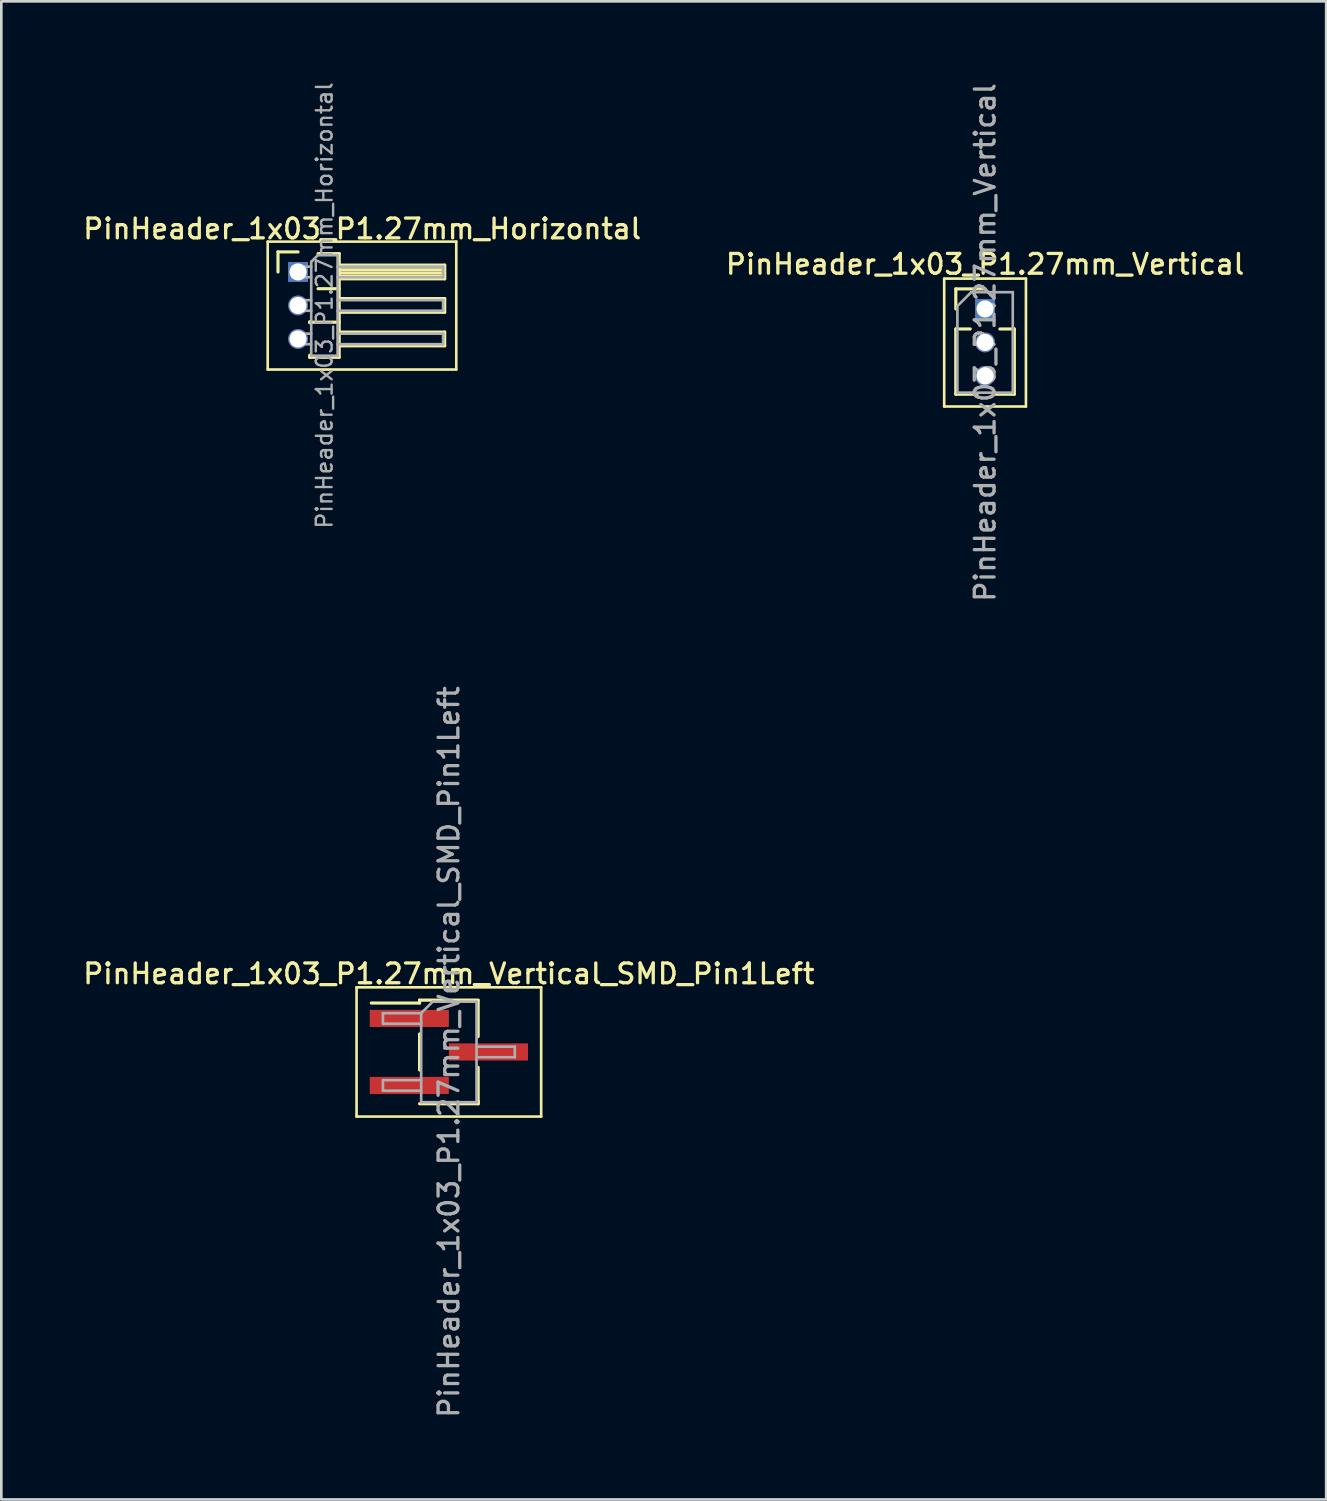
<source format=kicad_pcb>
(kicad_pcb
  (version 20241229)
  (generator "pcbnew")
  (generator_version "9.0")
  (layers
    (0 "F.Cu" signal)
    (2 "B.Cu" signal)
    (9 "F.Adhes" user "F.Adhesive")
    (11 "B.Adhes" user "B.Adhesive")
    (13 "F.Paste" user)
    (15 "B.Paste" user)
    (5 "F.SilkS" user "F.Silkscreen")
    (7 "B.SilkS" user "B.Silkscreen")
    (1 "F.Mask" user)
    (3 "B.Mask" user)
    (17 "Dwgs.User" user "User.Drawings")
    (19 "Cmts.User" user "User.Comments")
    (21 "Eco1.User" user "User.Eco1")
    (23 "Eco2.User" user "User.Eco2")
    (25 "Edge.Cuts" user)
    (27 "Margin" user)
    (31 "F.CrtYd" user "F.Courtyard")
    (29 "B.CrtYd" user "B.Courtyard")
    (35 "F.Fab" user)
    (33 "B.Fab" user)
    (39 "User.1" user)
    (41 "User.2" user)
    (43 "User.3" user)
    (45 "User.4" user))
  (footprint "PinHeader_1x03_P1.27mm_Horizontal"
    (layer "F.Cu")
    (at 8.251 7.262)
    (property "Reference" "PinHeader_1x03_P1.27mm_Horizontal" (at 2.433 -1.635 0) (layer "F.SilkS") (effects (font (size 0.75 0.75) (thickness 0.125))))
    (attr through_hole)
    (fp_line (start -1.15 -1.15) (end -1.15 3.7) (stroke (width 0.1) (type solid)) (layer "F.SilkS"))
    (fp_line (start -1.15 3.7) (end 6 3.7) (stroke (width 0.1) (type solid)) (layer "F.SilkS"))
    (fp_line (start -0.76 -0.76) (end 0 -0.76) (stroke (width 0.12) (type solid)) (layer "F.SilkS"))
    (fp_line (start -0.76 0) (end -0.76 -0.76) (stroke (width 0.12) (type solid)) (layer "F.SilkS"))
    (fp_line (start 0.44 1.89) (end 0.44 1.92) (stroke (width 0.12) (type solid)) (layer "F.SilkS"))
    (fp_line (start 0.44 1.905) (end 1.56 1.905) (stroke (width 0.12) (type solid)) (layer "F.SilkS"))
    (fp_line (start 0.44 3.235) (end 0.44 3.16) (stroke (width 0.12) (type solid)) (layer "F.SilkS"))
    (fp_line (start 0.76 -0.695) (end 1.56 -0.695) (stroke (width 0.12) (type solid)) (layer "F.SilkS"))
    (fp_line (start 0.76 0.635) (end 1.56 0.635) (stroke (width 0.12) (type solid)) (layer "F.SilkS"))
    (fp_line (start 1.56 -0.695) (end 1.56 3.235) (stroke (width 0.12) (type solid)) (layer "F.SilkS"))
    (fp_line (start 1.56 -0.26) (end 5.56 -0.26) (stroke (width 0.12) (type solid)) (layer "F.SilkS"))
    (fp_line (start 1.56 -0.2) (end 5.56 -0.2) (stroke (width 0.12) (type solid)) (layer "F.SilkS"))
    (fp_line (start 1.56 -0.08) (end 5.56 -0.08) (stroke (width 0.12) (type solid)) (layer "F.SilkS"))
    (fp_line (start 1.56 0.04) (end 5.56 0.04) (stroke (width 0.12) (type solid)) (layer "F.SilkS"))
    (fp_line (start 1.56 0.16) (end 5.56 0.16) (stroke (width 0.12) (type solid)) (layer "F.SilkS"))
    (fp_line (start 1.56 1.01) (end 5.56 1.01) (stroke (width 0.12) (type solid)) (layer "F.SilkS"))
    (fp_line (start 1.56 2.28) (end 5.56 2.28) (stroke (width 0.12) (type solid)) (layer "F.SilkS"))
    (fp_line (start 1.56 3.235) (end 0.44 3.235) (stroke (width 0.12) (type solid)) (layer "F.SilkS"))
    (fp_line (start 5.56 -0.26) (end 5.56 0.26) (stroke (width 0.12) (type solid)) (layer "F.SilkS"))
    (fp_line (start 5.56 0.26) (end 1.56 0.26) (stroke (width 0.12) (type solid)) (layer "F.SilkS"))
    (fp_line (start 5.56 1.01) (end 5.56 1.53) (stroke (width 0.12) (type solid)) (layer "F.SilkS"))
    (fp_line (start 5.56 1.53) (end 1.56 1.53) (stroke (width 0.12) (type solid)) (layer "F.SilkS"))
    (fp_line (start 5.56 2.28) (end 5.56 2.8) (stroke (width 0.12) (type solid)) (layer "F.SilkS"))
    (fp_line (start 5.56 2.8) (end 1.56 2.8) (stroke (width 0.12) (type solid)) (layer "F.SilkS"))
    (fp_line (start 6 -1.15) (end -1.15 -1.15) (stroke (width 0.1) (type solid)) (layer "F.SilkS"))
    (fp_line (start 6 3.7) (end 6 -1.15) (stroke (width 0.1) (type solid)) (layer "F.SilkS"))
    (fp_line (start -0.2 -0.2) (end -0.2 0.2) (stroke (width 0.1) (type solid)) (layer "F.Fab"))
    (fp_line (start -0.2 -0.2) (end 0.5 -0.2) (stroke (width 0.1) (type solid)) (layer "F.Fab"))
    (fp_line (start -0.2 0.2) (end 0.5 0.2) (stroke (width 0.1) (type solid)) (layer "F.Fab"))
    (fp_line (start -0.2 1.07) (end -0.2 1.47) (stroke (width 0.1) (type solid)) (layer "F.Fab"))
    (fp_line (start -0.2 1.07) (end 0.5 1.07) (stroke (width 0.1) (type solid)) (layer "F.Fab"))
    (fp_line (start -0.2 1.47) (end 0.5 1.47) (stroke (width 0.1) (type solid)) (layer "F.Fab"))
    (fp_line (start -0.2 2.34) (end -0.2 2.74) (stroke (width 0.1) (type solid)) (layer "F.Fab"))
    (fp_line (start -0.2 2.34) (end 0.5 2.34) (stroke (width 0.1) (type solid)) (layer "F.Fab"))
    (fp_line (start -0.2 2.74) (end 0.5 2.74) (stroke (width 0.1) (type solid)) (layer "F.Fab"))
    (fp_line (start 0.5 -0.385) (end 0.75 -0.635) (stroke (width 0.1) (type solid)) (layer "F.Fab"))
    (fp_line (start 0.5 3.175) (end 0.5 -0.385) (stroke (width 0.1) (type solid)) (layer "F.Fab"))
    (fp_line (start 0.75 -0.635) (end 1.5 -0.635) (stroke (width 0.1) (type solid)) (layer "F.Fab"))
    (fp_line (start 1.5 -0.635) (end 1.5 3.175) (stroke (width 0.1) (type solid)) (layer "F.Fab"))
    (fp_line (start 1.5 -0.2) (end 5.5 -0.2) (stroke (width 0.1) (type solid)) (layer "F.Fab"))
    (fp_line (start 1.5 0.2) (end 5.5 0.2) (stroke (width 0.1) (type solid)) (layer "F.Fab"))
    (fp_line (start 1.5 1.07) (end 5.5 1.07) (stroke (width 0.1) (type solid)) (layer "F.Fab"))
    (fp_line (start 1.5 1.47) (end 5.5 1.47) (stroke (width 0.1) (type solid)) (layer "F.Fab"))
    (fp_line (start 1.5 2.34) (end 5.5 2.34) (stroke (width 0.1) (type solid)) (layer "F.Fab"))
    (fp_line (start 1.5 2.74) (end 5.5 2.74) (stroke (width 0.1) (type solid)) (layer "F.Fab"))
    (fp_line (start 1.5 3.175) (end 0.5 3.175) (stroke (width 0.1) (type solid)) (layer "F.Fab"))
    (fp_line (start 5.5 -0.2) (end 5.5 0.2) (stroke (width 0.1) (type solid)) (layer "F.Fab"))
    (fp_line (start 5.5 1.07) (end 5.5 1.47) (stroke (width 0.1) (type solid)) (layer "F.Fab"))
    (fp_line (start 5.5 2.34) (end 5.5 2.74) (stroke (width 0.1) (type solid)) (layer "F.Fab"))
    (fp_text user "${REFERENCE}" (at 1 1.27 90) (layer "F.Fab") (effects (font (size 0.6 0.6) (thickness 0.09))))
    (pad "1" thru_hole rect (at 0 0) (size 0.75 0.75) (drill 0.65) (layers "*.Cu" "*.Mask"))
    (pad "2" thru_hole oval (at 0 1.27) (size 0.75 0.75) (drill 0.65) (layers "*.Cu" "*.Mask"))
    (pad "3" thru_hole oval (at 0 2.54) (size 0.75 0.75) (drill 0.65) (layers "*.Cu" "*.Mask")))
  (footprint "PinHeader_1x03_P1.27mm_Vertical"
    (layer "F.Cu")
    (at 34.302 8.664)
    (property "Reference" "PinHeader_1x03_P1.27mm_Vertical" (at 0 -1.695 0) (layer "F.SilkS") (effects (font (size 0.75 0.75) (thickness 0.125))))
    (attr through_hole)
    (fp_line (start -1.55 -1.15) (end -1.55 3.7) (stroke (width 0.1) (type solid)) (layer "F.SilkS"))
    (fp_line (start -1.55 3.7) (end 1.55 3.7) (stroke (width 0.1) (type solid)) (layer "F.SilkS"))
    (fp_line (start -1.11 -0.76) (end 0 -0.76) (stroke (width 0.12) (type solid)) (layer "F.SilkS"))
    (fp_line (start -1.11 0) (end -1.11 -0.76) (stroke (width 0.12) (type solid)) (layer "F.SilkS"))
    (fp_line (start -1.11 0.76) (end -1.11 3.235) (stroke (width 0.12) (type solid)) (layer "F.SilkS"))
    (fp_line (start -1.11 0.76) (end -0.563 0.76) (stroke (width 0.12) (type solid)) (layer "F.SilkS"))
    (fp_line (start -1.11 3.235) (end -0.308 3.235) (stroke (width 0.12) (type solid)) (layer "F.SilkS"))
    (fp_line (start 0.308 3.235) (end 1.11 3.235) (stroke (width 0.12) (type solid)) (layer "F.SilkS"))
    (fp_line (start 0.563 0.76) (end 1.11 0.76) (stroke (width 0.12) (type solid)) (layer "F.SilkS"))
    (fp_line (start 1.11 0.76) (end 1.11 3.235) (stroke (width 0.12) (type solid)) (layer "F.SilkS"))
    (fp_line (start 1.55 -1.15) (end -1.55 -1.15) (stroke (width 0.1) (type solid)) (layer "F.SilkS"))
    (fp_line (start 1.55 3.7) (end 1.55 -1.15) (stroke (width 0.1) (type solid)) (layer "F.SilkS"))
    (fp_line (start -1.05 -0.11) (end -0.525 -0.635) (stroke (width 0.1) (type solid)) (layer "F.Fab"))
    (fp_line (start -1.05 3.175) (end -1.05 -0.11) (stroke (width 0.1) (type solid)) (layer "F.Fab"))
    (fp_line (start -0.525 -0.635) (end 1.05 -0.635) (stroke (width 0.1) (type solid)) (layer "F.Fab"))
    (fp_line (start 1.05 -0.635) (end 1.05 3.175) (stroke (width 0.1) (type solid)) (layer "F.Fab"))
    (fp_line (start 1.05 3.175) (end -1.05 3.175) (stroke (width 0.1) (type solid)) (layer "F.Fab"))
    (fp_text user "${REFERENCE}" (at 0 1.27 90) (layer "F.Fab") (effects (font (size 0.75 0.75) (thickness 0.125))))
    (pad "1" thru_hole rect (at 0 0) (size 0.75 0.75) (drill 0.65) (layers "*.Cu" "*.Mask"))
    (pad "2" thru_hole oval (at 0 1.27) (size 0.75 0.75) (drill 0.65) (layers "*.Cu" "*.Mask"))
    (pad "3" thru_hole oval (at 0 2.54) (size 0.75 0.75) (drill 0.65) (layers "*.Cu" "*.Mask")))
  (footprint "PinHeader_1x03_P1.27mm_Vertical_SMD_Pin1Left"
    (layer "F.Cu")
    (at 13.97 36.838)
    (property "Reference" "PinHeader_1x03_P1.27mm_Vertical_SMD_Pin1Left" (at 0 -2.965 0) (layer "F.SilkS") (effects (font (size 0.75 0.75) (thickness 0.125))))
    (attr smd)
    (fp_line (start -3.5 -2.45) (end -3.5 2.45) (stroke (width 0.1) (type solid)) (layer "F.SilkS"))
    (fp_line (start -3.5 2.45) (end 3.5 2.45) (stroke (width 0.1) (type solid)) (layer "F.SilkS"))
    (fp_line (start -1.11 -1.965) (end -1.11 -1.855) (stroke (width 0.12) (type solid)) (layer "F.SilkS"))
    (fp_line (start -1.11 -1.965) (end 1.11 -1.965) (stroke (width 0.12) (type solid)) (layer "F.SilkS"))
    (fp_line (start -1.11 -1.855) (end -2.94 -1.855) (stroke (width 0.12) (type solid)) (layer "F.SilkS"))
    (fp_line (start -1.11 -0.685) (end -1.11 0.685) (stroke (width 0.12) (type solid)) (layer "F.SilkS"))
    (fp_line (start -1.11 1.965) (end 1.11 1.965) (stroke (width 0.12) (type solid)) (layer "F.SilkS"))
    (fp_line (start 1.11 -1.955) (end 1.11 -0.585) (stroke (width 0.12) (type solid)) (layer "F.SilkS"))
    (fp_line (start 1.11 0.585) (end 1.11 1.955) (stroke (width 0.12) (type solid)) (layer "F.SilkS"))
    (fp_line (start 1.11 1.855) (end 1.11 1.965) (stroke (width 0.12) (type solid)) (layer "F.SilkS"))
    (fp_line (start 3.5 -2.45) (end -3.5 -2.45) (stroke (width 0.1) (type solid)) (layer "F.SilkS"))
    (fp_line (start 3.5 2.45) (end 3.5 -2.45) (stroke (width 0.1) (type solid)) (layer "F.SilkS"))
    (fp_line (start -2.5 -1.47) (end -2.5 -1.07) (stroke (width 0.1) (type solid)) (layer "F.Fab"))
    (fp_line (start -2.5 -1.07) (end -1.05 -1.07) (stroke (width 0.1) (type solid)) (layer "F.Fab"))
    (fp_line (start -2.5 1.07) (end -2.5 1.47) (stroke (width 0.1) (type solid)) (layer "F.Fab"))
    (fp_line (start -2.5 1.47) (end -1.05 1.47) (stroke (width 0.1) (type solid)) (layer "F.Fab"))
    (fp_line (start -1.05 -1.47) (end -2.5 -1.47) (stroke (width 0.1) (type solid)) (layer "F.Fab"))
    (fp_line (start -1.05 -1.47) (end -0.615 -1.905) (stroke (width 0.1) (type solid)) (layer "F.Fab"))
    (fp_line (start -1.05 1.07) (end -2.5 1.07) (stroke (width 0.1) (type solid)) (layer "F.Fab"))
    (fp_line (start -1.05 1.905) (end -1.05 -1.47) (stroke (width 0.1) (type solid)) (layer "F.Fab"))
    (fp_line (start -0.615 -1.905) (end 1.05 -1.905) (stroke (width 0.1) (type solid)) (layer "F.Fab"))
    (fp_line (start 1.05 -1.905) (end 1.05 1.905) (stroke (width 0.1) (type solid)) (layer "F.Fab"))
    (fp_line (start 1.05 -0.2) (end 2.5 -0.2) (stroke (width 0.1) (type solid)) (layer "F.Fab"))
    (fp_line (start 1.05 1.905) (end -1.05 1.905) (stroke (width 0.1) (type solid)) (layer "F.Fab"))
    (fp_line (start 2.5 -0.2) (end 2.5 0.2) (stroke (width 0.1) (type solid)) (layer "F.Fab"))
    (fp_line (start 2.5 0.2) (end 1.05 0.2) (stroke (width 0.1) (type solid)) (layer "F.Fab"))
    (fp_text user "${REFERENCE}" (at 0 0 90) (layer "F.Fab") (effects (font (size 0.75 0.75) (thickness 0.125))))
    (pad "1" smd rect (at -1.5 -1.27) (size 3 0.65) (layers "F.Cu" "F.Mask" "F.Paste"))
    (pad "2" smd rect (at 1.5 0) (size 3 0.65) (layers "F.Cu" "F.Mask" "F.Paste"))
    (pad "3" smd rect (at -1.5 1.27) (size 3 0.65) (layers "F.Cu" "F.Mask" "F.Paste")))
  (gr_rect
    (start -3 -3)
    (end 47.236 53.807)
    (stroke (width 0.1) (type default))
    (fill no)
    (layer "Edge.Cuts")))
</source>
